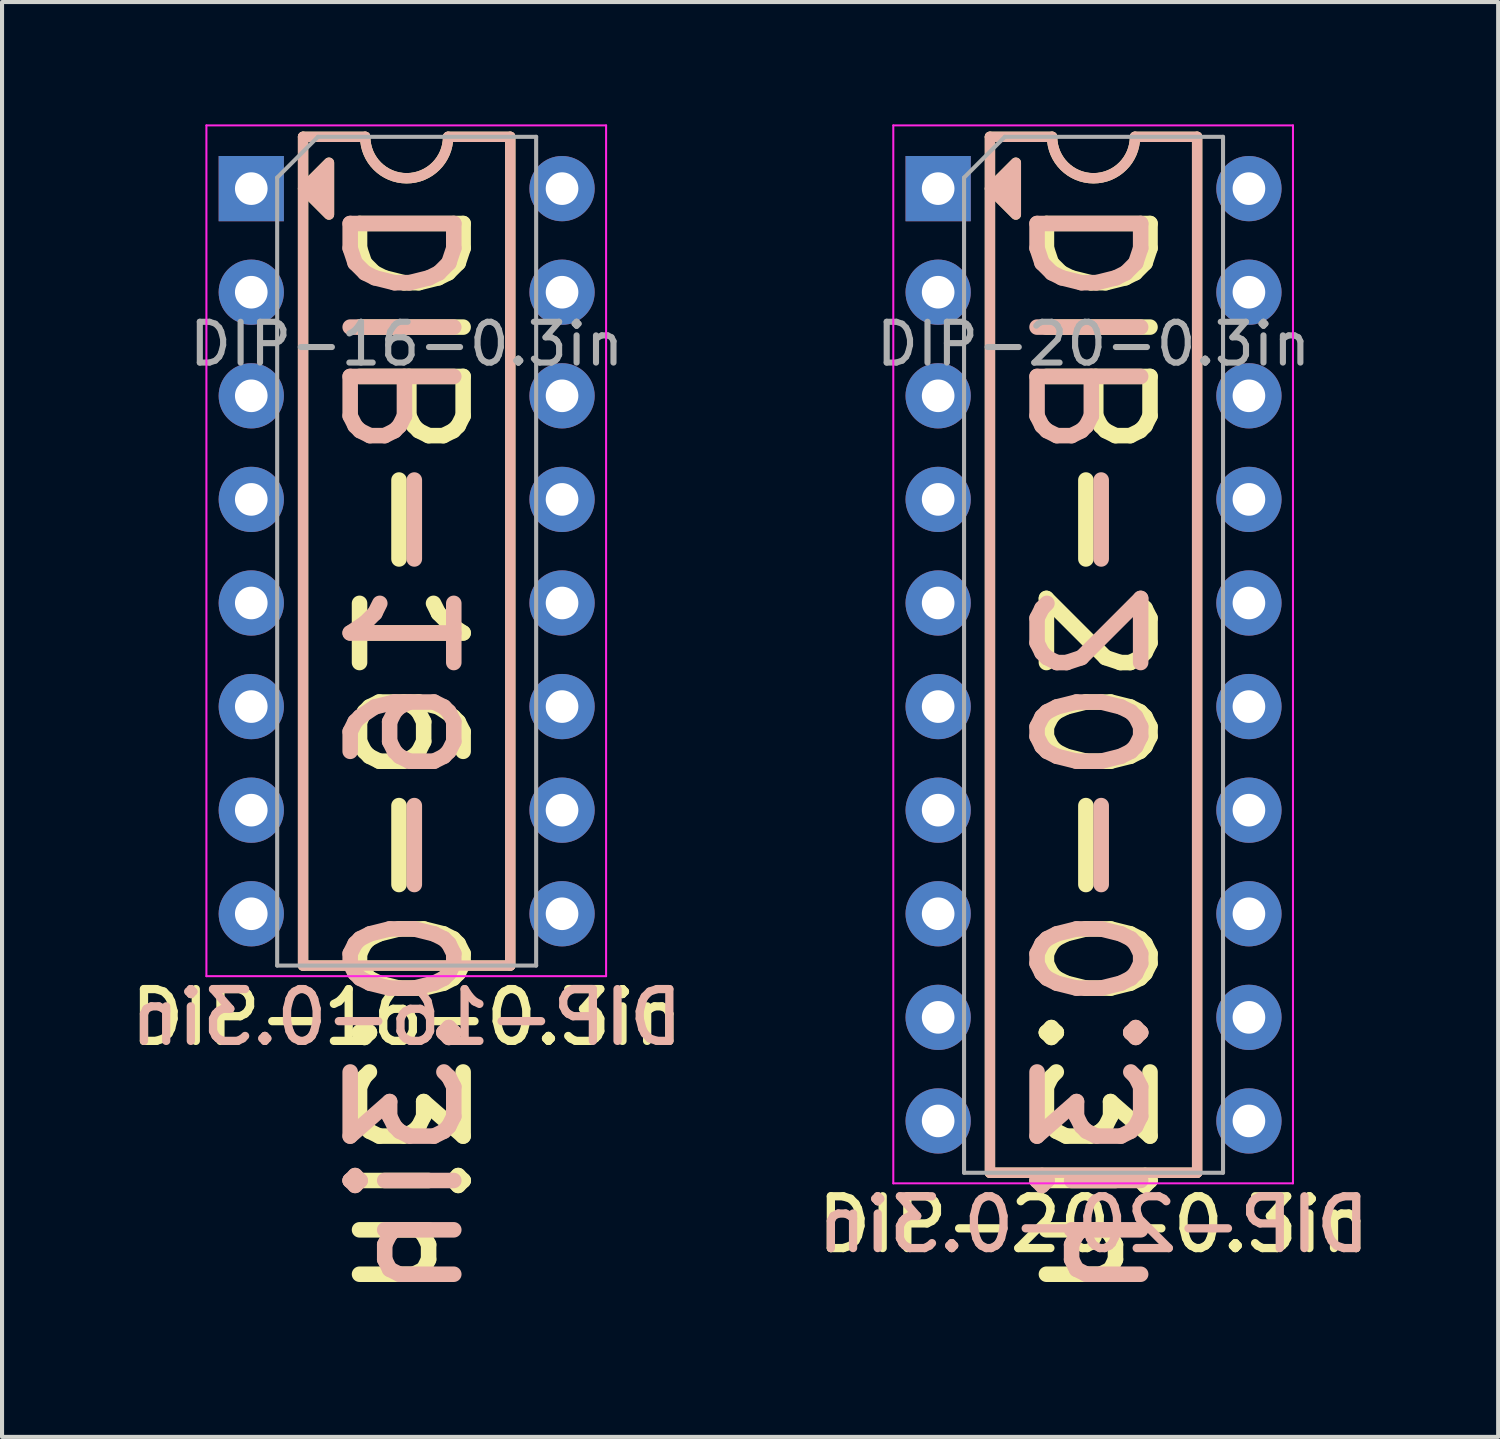
<source format=kicad_pcb>
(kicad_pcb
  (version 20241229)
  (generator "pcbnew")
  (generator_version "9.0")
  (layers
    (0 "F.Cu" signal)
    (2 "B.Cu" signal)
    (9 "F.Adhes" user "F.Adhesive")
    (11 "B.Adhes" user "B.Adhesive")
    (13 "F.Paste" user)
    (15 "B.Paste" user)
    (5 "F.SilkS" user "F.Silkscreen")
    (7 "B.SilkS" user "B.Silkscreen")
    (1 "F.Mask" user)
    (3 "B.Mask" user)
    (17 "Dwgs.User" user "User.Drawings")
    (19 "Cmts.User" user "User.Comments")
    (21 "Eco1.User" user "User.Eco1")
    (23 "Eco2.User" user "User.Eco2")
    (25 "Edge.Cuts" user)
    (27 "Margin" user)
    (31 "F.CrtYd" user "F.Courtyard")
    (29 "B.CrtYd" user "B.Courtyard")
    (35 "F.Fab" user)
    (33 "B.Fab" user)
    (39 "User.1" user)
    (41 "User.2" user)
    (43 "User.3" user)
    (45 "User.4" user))
  (footprint "DIP-16-0.3in"
    (layer "F.Cu")
    (at 3.111 1.575)
    (property "Reference" "DIP-16-0.3in" (at 3.81 20.32 0) (layer "F.SilkS") (effects (font (size 1.27 1.27) (thickness 0.203))))
    (property "Value" "DIP-16-0.3in" (at 3.81 9.95 0) (layer "F.Fab") (hide yes) (effects (font (size 1 1) (thickness 0.15))))
    (attr through_hole)
    (fp_line (start 1.27 -1.27) (end 1.27 19.05) (stroke (width 0.254) (type solid)) (layer "F.SilkS"))
    (fp_line (start 1.27 19.05) (end 6.35 19.05) (stroke (width 0.254) (type solid)) (layer "F.SilkS"))
    (fp_line (start 2.794 -1.27) (end 1.27 -1.27) (stroke (width 0.254) (type solid)) (layer "F.SilkS"))
    (fp_line (start 6.35 -1.27) (end 4.826 -1.27) (stroke (width 0.254) (type solid)) (layer "F.SilkS"))
    (fp_line (start 6.35 19.05) (end 6.35 -1.27) (stroke (width 0.254) (type solid)) (layer "F.SilkS"))
    (fp_arc (start 4.826 -1.27) (mid 3.81 -0.254) (end 2.794 -1.27) (stroke (width 0.254) (type solid)) (layer "F.SilkS"))
    (fp_poly (pts (xy 1.905 -0.635) (xy 1.27 0) (xy 1.905 0.635)) (stroke (width 0.254) (type solid)) (fill yes) (layer "F.SilkS"))
    (fp_line (start 1.27 -1.27) (end 1.27 19.05) (stroke (width 0.254) (type solid)) (layer "B.SilkS"))
    (fp_line (start 1.27 19.05) (end 6.35 19.05) (stroke (width 0.254) (type solid)) (layer "B.SilkS"))
    (fp_line (start 2.794 -1.27) (end 1.27 -1.27) (stroke (width 0.254) (type solid)) (layer "B.SilkS"))
    (fp_line (start 6.35 -1.27) (end 4.826 -1.27) (stroke (width 0.254) (type solid)) (layer "B.SilkS"))
    (fp_line (start 6.35 19.05) (end 6.35 -1.27) (stroke (width 0.254) (type solid)) (layer "B.SilkS"))
    (fp_arc (start 4.826 -1.27) (mid 3.81 -0.254) (end 2.794 -1.27) (stroke (width 0.254) (type solid)) (layer "B.SilkS"))
    (fp_poly (pts (xy 1.905 -0.635) (xy 1.27 0) (xy 1.905 0.635)) (stroke (width 0.254) (type solid)) (fill yes) (layer "B.SilkS"))
    (fp_line (start -1.1 -1.55) (end -1.1 19.31) (stroke (width 0.05) (type solid)) (layer "F.CrtYd"))
    (fp_line (start -1.1 19.31) (end 8.7 19.31) (stroke (width 0.05) (type solid)) (layer "F.CrtYd"))
    (fp_line (start 8.7 -1.55) (end -1.1 -1.55) (stroke (width 0.05) (type solid)) (layer "F.CrtYd"))
    (fp_line (start 8.7 19.31) (end 8.7 -1.55) (stroke (width 0.05) (type solid)) (layer "F.CrtYd"))
    (fp_line (start 0.635 -0.27) (end 1.635 -1.27) (stroke (width 0.1) (type solid)) (layer "F.Fab"))
    (fp_line (start 0.635 19.05) (end 0.635 -0.27) (stroke (width 0.1) (type solid)) (layer "F.Fab"))
    (fp_line (start 1.635 -1.27) (end 6.985 -1.27) (stroke (width 0.1) (type solid)) (layer "F.Fab"))
    (fp_line (start 6.985 -1.27) (end 6.985 19.05) (stroke (width 0.1) (type solid)) (layer "F.Fab"))
    (fp_line (start 6.985 19.05) (end 0.635 19.05) (stroke (width 0.1) (type solid)) (layer "F.Fab"))
    (fp_text user "${Value}" (at 3.81 0 270) (unlocked yes) (layer "F.SilkS") (effects (font (size 2.54 2.54) (thickness 0.381)) (justify left)))
    (fp_text user "${Value}" (at 3.81 0 90) (unlocked yes) (layer "B.SilkS") (effects (font (size 2.54 2.54) (thickness 0.381)) (justify left mirror)))
    (fp_text user "${REFERENCE}" (at 3.81 20.32 0) (unlocked yes) (layer "B.SilkS") (effects (font (size 1.27 1.27) (thickness 0.203)) (justify mirror)))
    (fp_text user "${REFERENCE}" (at 3.81 3.81 0) (layer "F.Fab") (effects (font (size 1 1) (thickness 0.15))))
    (pad "1" thru_hole rect (at 0 0) (size 1.6 1.6) (drill 0.8) (layers "*.Cu" "*.Mask"))
    (pad "2" thru_hole oval (at 0 2.54) (size 1.6 1.6) (drill 0.8) (layers "*.Cu" "*.Mask"))
    (pad "3" thru_hole oval (at 0 5.08) (size 1.6 1.6) (drill 0.8) (layers "*.Cu" "*.Mask"))
    (pad "4" thru_hole oval (at 0 7.62) (size 1.6 1.6) (drill 0.8) (layers "*.Cu" "*.Mask"))
    (pad "5" thru_hole oval (at 0 10.16) (size 1.6 1.6) (drill 0.8) (layers "*.Cu" "*.Mask"))
    (pad "6" thru_hole oval (at 0 12.7) (size 1.6 1.6) (drill 0.8) (layers "*.Cu" "*.Mask"))
    (pad "7" thru_hole oval (at 0 15.24) (size 1.6 1.6) (drill 0.8) (layers "*.Cu" "*.Mask"))
    (pad "8" thru_hole oval (at 0 17.78) (size 1.6 1.6) (drill 0.8) (layers "*.Cu" "*.Mask"))
    (pad "9" thru_hole oval (at 7.62 17.78) (size 1.6 1.6) (drill 0.8) (layers "*.Cu" "*.Mask"))
    (pad "10" thru_hole oval (at 7.62 15.24) (size 1.6 1.6) (drill 0.8) (layers "*.Cu" "*.Mask"))
    (pad "11" thru_hole oval (at 7.62 12.7) (size 1.6 1.6) (drill 0.8) (layers "*.Cu" "*.Mask"))
    (pad "12" thru_hole oval (at 7.62 10.16) (size 1.6 1.6) (drill 0.8) (layers "*.Cu" "*.Mask"))
    (pad "13" thru_hole oval (at 7.62 7.62) (size 1.6 1.6) (drill 0.8) (layers "*.Cu" "*.Mask"))
    (pad "14" thru_hole oval (at 7.62 5.08) (size 1.6 1.6) (drill 0.8) (layers "*.Cu" "*.Mask"))
    (pad "15" thru_hole oval (at 7.62 2.54) (size 1.6 1.6) (drill 0.8) (layers "*.Cu" "*.Mask"))
    (pad "16" thru_hole oval (at 7.62 0) (size 1.6 1.6) (drill 0.8) (layers "*.Cu" "*.Mask")))
  (footprint "DIP-20-0.3in"
    (layer "F.Cu")
    (at 19.953 1.575)
    (property "Reference" "DIP-20-0.3in" (at 3.81 25.4 0) (layer "F.SilkS") (effects (font (size 1.27 1.27) (thickness 0.203))))
    (property "Value" "DIP-20-0.3in" (at 3.81 9.95 0) (layer "F.Fab") (hide yes) (effects (font (size 1 1) (thickness 0.15))))
    (attr through_hole)
    (fp_line (start 1.27 -1.27) (end 1.27 24.13) (stroke (width 0.254) (type solid)) (layer "F.SilkS"))
    (fp_line (start 1.27 24.13) (end 6.35 24.13) (stroke (width 0.254) (type solid)) (layer "F.SilkS"))
    (fp_line (start 2.794 -1.27) (end 1.27 -1.27) (stroke (width 0.254) (type solid)) (layer "F.SilkS"))
    (fp_line (start 6.35 -1.27) (end 4.826 -1.27) (stroke (width 0.254) (type solid)) (layer "F.SilkS"))
    (fp_line (start 6.35 24.13) (end 6.35 -1.27) (stroke (width 0.254) (type solid)) (layer "F.SilkS"))
    (fp_arc (start 4.826 -1.27) (mid 3.81 -0.254) (end 2.794 -1.27) (stroke (width 0.254) (type solid)) (layer "F.SilkS"))
    (fp_poly (pts (xy 1.905 -0.635) (xy 1.27 0) (xy 1.905 0.635)) (stroke (width 0.254) (type solid)) (fill yes) (layer "F.SilkS"))
    (fp_line (start 1.27 -1.27) (end 1.27 24.13) (stroke (width 0.254) (type solid)) (layer "B.SilkS"))
    (fp_line (start 1.27 24.13) (end 6.35 24.13) (stroke (width 0.254) (type solid)) (layer "B.SilkS"))
    (fp_line (start 2.794 -1.27) (end 1.27 -1.27) (stroke (width 0.254) (type solid)) (layer "B.SilkS"))
    (fp_line (start 6.35 -1.27) (end 4.826 -1.27) (stroke (width 0.254) (type solid)) (layer "B.SilkS"))
    (fp_line (start 6.35 24.13) (end 6.35 -1.27) (stroke (width 0.254) (type solid)) (layer "B.SilkS"))
    (fp_arc (start 4.826 -1.27) (mid 3.81 -0.254) (end 2.794 -1.27) (stroke (width 0.254) (type solid)) (layer "B.SilkS"))
    (fp_poly (pts (xy 1.905 -0.635) (xy 1.27 0) (xy 1.905 0.635)) (stroke (width 0.254) (type solid)) (fill yes) (layer "B.SilkS"))
    (fp_line (start -1.1 -1.55) (end -1.1 24.39) (stroke (width 0.05) (type solid)) (layer "F.CrtYd"))
    (fp_line (start -1.1 24.39) (end 8.7 24.39) (stroke (width 0.05) (type solid)) (layer "F.CrtYd"))
    (fp_line (start 8.7 -1.55) (end -1.1 -1.55) (stroke (width 0.05) (type solid)) (layer "F.CrtYd"))
    (fp_line (start 8.7 24.39) (end 8.7 -1.55) (stroke (width 0.05) (type solid)) (layer "F.CrtYd"))
    (fp_line (start 0.635 -0.27) (end 1.635 -1.27) (stroke (width 0.1) (type solid)) (layer "F.Fab"))
    (fp_line (start 0.635 24.13) (end 0.635 -0.27) (stroke (width 0.1) (type solid)) (layer "F.Fab"))
    (fp_line (start 1.635 -1.27) (end 6.985 -1.27) (stroke (width 0.1) (type solid)) (layer "F.Fab"))
    (fp_line (start 6.985 -1.27) (end 6.985 24.13) (stroke (width 0.1) (type solid)) (layer "F.Fab"))
    (fp_line (start 6.985 24.13) (end 0.635 24.13) (stroke (width 0.1) (type solid)) (layer "F.Fab"))
    (fp_text user "${Value}" (at 3.81 0 270) (unlocked yes) (layer "F.SilkS") (effects (font (size 2.54 2.54) (thickness 0.381)) (justify left)))
    (fp_text user "${REFERENCE}" (at 3.81 25.4 0) (unlocked yes) (layer "B.SilkS") (effects (font (size 1.27 1.27) (thickness 0.203)) (justify mirror)))
    (fp_text user "${Value}" (at 3.81 0 90) (unlocked yes) (layer "B.SilkS") (effects (font (size 2.54 2.54) (thickness 0.381)) (justify left mirror)))
    (fp_text user "${REFERENCE}" (at 3.81 3.81 0) (layer "F.Fab") (effects (font (size 1 1) (thickness 0.15))))
    (pad "1" thru_hole rect (at 0 0) (size 1.6 1.6) (drill 0.8) (layers "*.Cu" "*.Mask"))
    (pad "2" thru_hole oval (at 0 2.54) (size 1.6 1.6) (drill 0.8) (layers "*.Cu" "*.Mask"))
    (pad "3" thru_hole oval (at 0 5.08) (size 1.6 1.6) (drill 0.8) (layers "*.Cu" "*.Mask"))
    (pad "4" thru_hole oval (at 0 7.62) (size 1.6 1.6) (drill 0.8) (layers "*.Cu" "*.Mask"))
    (pad "5" thru_hole oval (at 0 10.16) (size 1.6 1.6) (drill 0.8) (layers "*.Cu" "*.Mask"))
    (pad "6" thru_hole oval (at 0 12.7) (size 1.6 1.6) (drill 0.8) (layers "*.Cu" "*.Mask"))
    (pad "7" thru_hole oval (at 0 15.24) (size 1.6 1.6) (drill 0.8) (layers "*.Cu" "*.Mask"))
    (pad "8" thru_hole oval (at 0 17.78) (size 1.6 1.6) (drill 0.8) (layers "*.Cu" "*.Mask"))
    (pad "9" thru_hole oval (at 0 20.32) (size 1.6 1.6) (drill 0.8) (layers "*.Cu" "*.Mask"))
    (pad "10" thru_hole oval (at 0 22.86) (size 1.6 1.6) (drill 0.8) (layers "*.Cu" "*.Mask"))
    (pad "11" thru_hole oval (at 7.62 22.86) (size 1.6 1.6) (drill 0.8) (layers "*.Cu" "*.Mask"))
    (pad "12" thru_hole oval (at 7.62 20.32) (size 1.6 1.6) (drill 0.8) (layers "*.Cu" "*.Mask"))
    (pad "13" thru_hole oval (at 7.62 17.78) (size 1.6 1.6) (drill 0.8) (layers "*.Cu" "*.Mask"))
    (pad "14" thru_hole oval (at 7.62 15.24) (size 1.6 1.6) (drill 0.8) (layers "*.Cu" "*.Mask"))
    (pad "15" thru_hole oval (at 7.62 12.7) (size 1.6 1.6) (drill 0.8) (layers "*.Cu" "*.Mask"))
    (pad "16" thru_hole oval (at 7.62 10.16) (size 1.6 1.6) (drill 0.8) (layers "*.Cu" "*.Mask"))
    (pad "17" thru_hole oval (at 7.62 7.62) (size 1.6 1.6) (drill 0.8) (layers "*.Cu" "*.Mask"))
    (pad "18" thru_hole oval (at 7.62 5.08) (size 1.6 1.6) (drill 0.8) (layers "*.Cu" "*.Mask"))
    (pad "19" thru_hole oval (at 7.62 2.54) (size 1.6 1.6) (drill 0.8) (layers "*.Cu" "*.Mask"))
    (pad "20" thru_hole oval (at 7.62 0) (size 1.6 1.6) (drill 0.8) (layers "*.Cu" "*.Mask")))
  (gr_rect
    (start -3 -3)
    (end 33.684 32.182)
    (stroke (width 0.1) (type default))
    (fill no)
    (layer "Edge.Cuts")))
</source>
